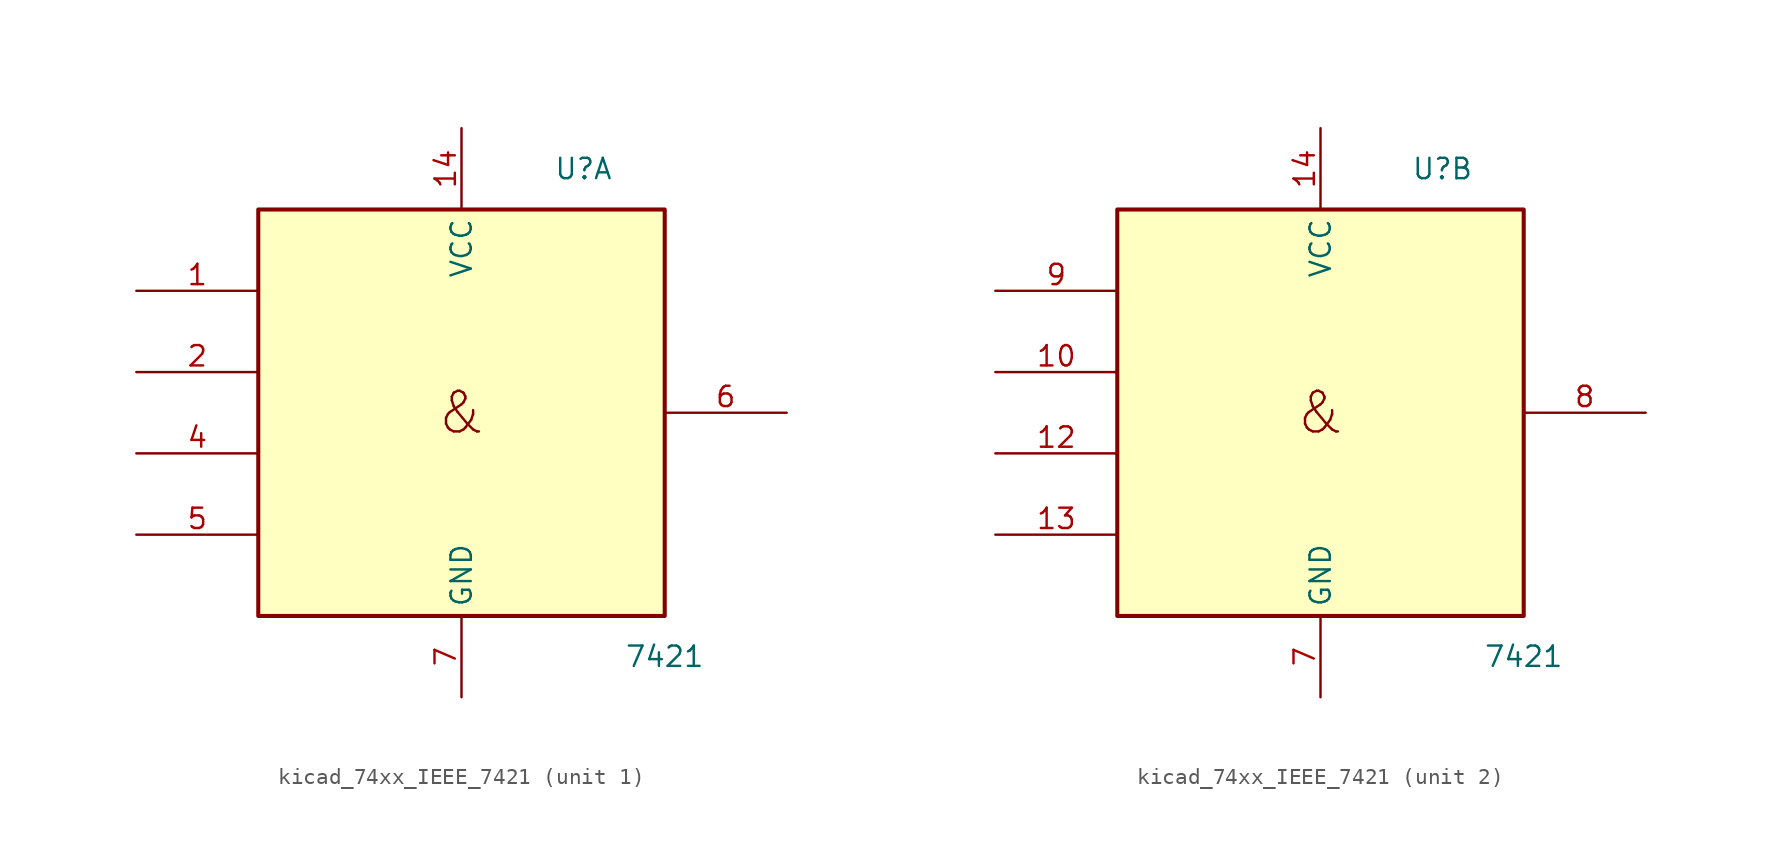
<source format=kicad_sym>
(kicad_symbol_lib
  (version 20220914)
  (generator kicad_symbol_editor)
  (symbol "kicad_74xx_IEEE_7421"
    (property "Reference" "U"
      (at 7.62 15.24 0)
      (effects (font (size 1.27 1.27))))
    (property "Value" "7421"
      (at 12.7 -15.24 0)
      (effects (font (size 1.27 1.27))))
    (symbol "kicad_74xx_IEEE_7421_0_0"
      (text "&" (at 0 0 0) (effects (font (size 2.54 2.54)))))
    (symbol "kicad_74xx_IEEE_7421_0_1"
      (rectangle (start -12.7 12.7) (end 12.7 -12.7) (stroke (width 0.254) (type default)) (fill (type background)))
      (pin power_in line (at 0 17.78 270) (length 5.08) (name "VCC" (effects (font (size 1.27 1.27)))) (number "14" (effects (font (size 1.27 1.27)))))
      (pin power_in line (at 0 -17.78 90) (length 5.08) (name "GND" (effects (font (size 1.27 1.27)))) (number "7" (effects (font (size 1.27 1.27))))))
    (symbol "kicad_74xx_IEEE_7421_1_1"
      (pin input line (at -20.32 7.62 0) (length 7.62) (name "~" (effects (font (size 1.27 1.27)))) (number "1" (effects (font (size 1.27 1.27)))))
      (pin input line (at -20.32 2.54 0) (length 7.62) (name "~" (effects (font (size 1.27 1.27)))) (number "2" (effects (font (size 1.27 1.27)))))
      (pin input line (at -20.32 -2.54 0) (length 7.62) (name "~" (effects (font (size 1.27 1.27)))) (number "4" (effects (font (size 1.27 1.27)))))
      (pin input line (at -20.32 -7.62 0) (length 7.62) (name "~" (effects (font (size 1.27 1.27)))) (number "5" (effects (font (size 1.27 1.27)))))
      (pin output line (at 20.32 0 180) (length 7.62) (name "~" (effects (font (size 1.27 1.27)))) (number "6" (effects (font (size 1.27 1.27))))))
    (symbol "kicad_74xx_IEEE_7421_2_1"
      (pin input line (at -20.32 2.54 0) (length 7.62) (name "~" (effects (font (size 1.27 1.27)))) (number "10" (effects (font (size 1.27 1.27)))))
      (pin input line (at -20.32 -2.54 0) (length 7.62) (name "~" (effects (font (size 1.27 1.27)))) (number "12" (effects (font (size 1.27 1.27)))))
      (pin input line (at -20.32 -7.62 0) (length 7.62) (name "~" (effects (font (size 1.27 1.27)))) (number "13" (effects (font (size 1.27 1.27)))))
      (pin output line (at 20.32 0 180) (length 7.62) (name "~" (effects (font (size 1.27 1.27)))) (number "8" (effects (font (size 1.27 1.27)))))
      (pin input line (at -20.32 7.62 0) (length 7.62) (name "~" (effects (font (size 1.27 1.27)))) (number "9" (effects (font (size 1.27 1.27))))))))
</source>
